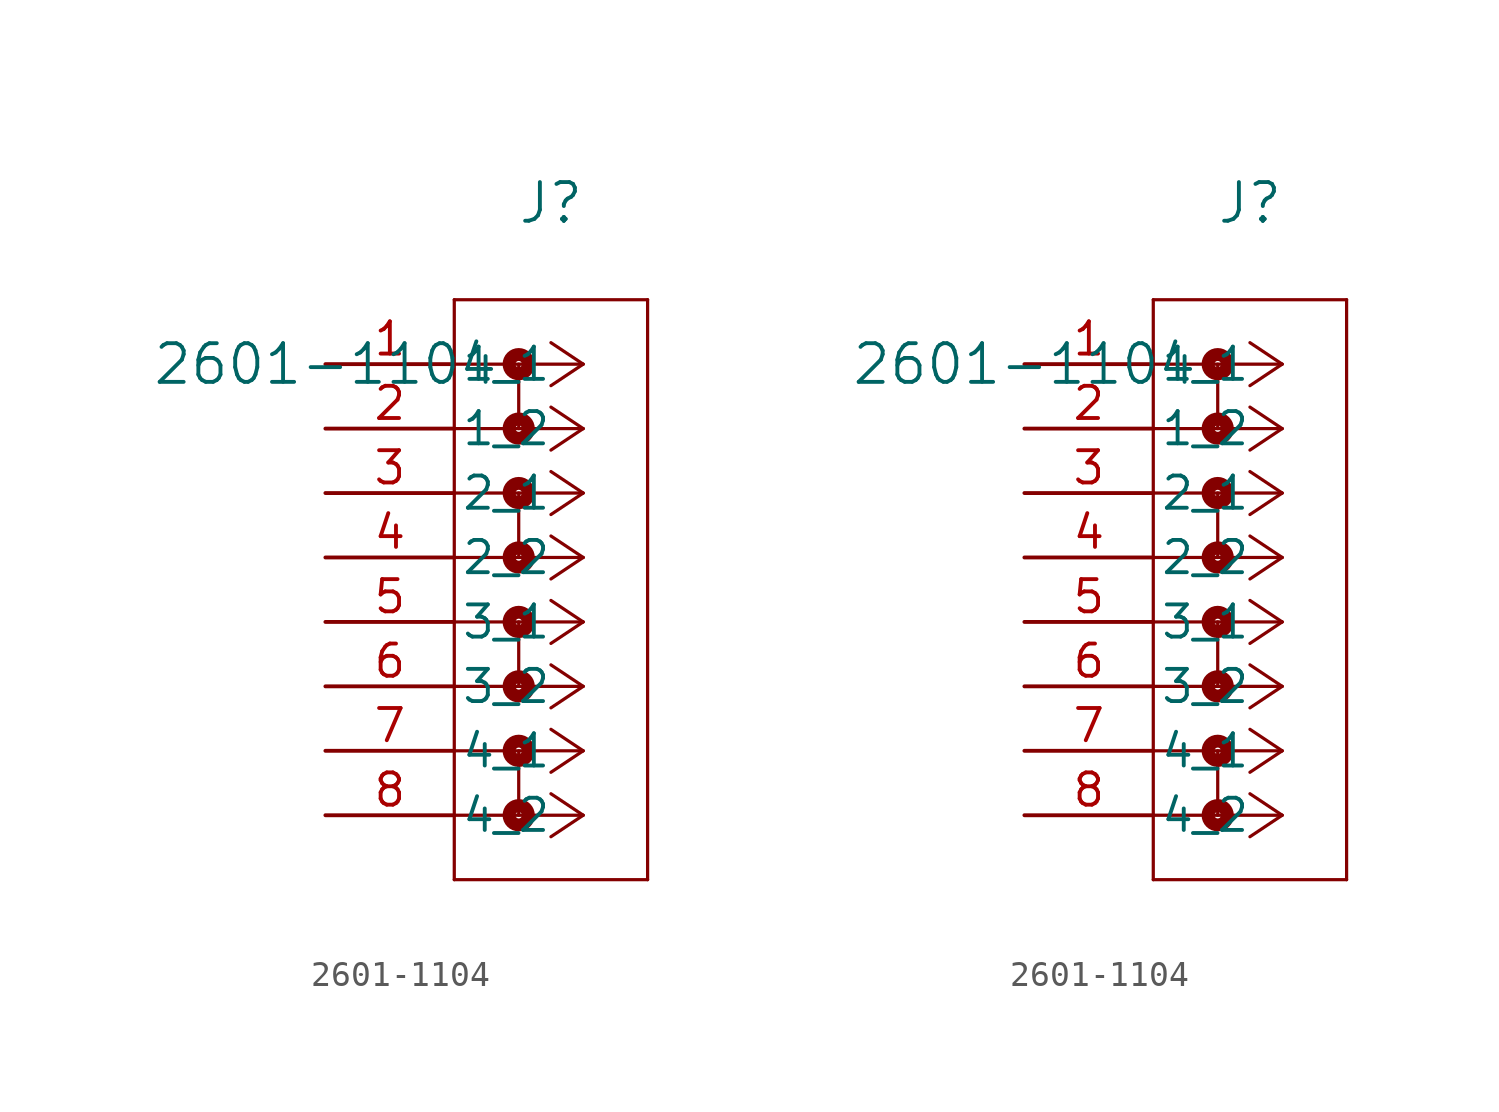
<source format=kicad_sym>
(kicad_symbol_lib
  (version 20211014)
  (generator kicad_symbol_editor)
  (symbol "2601-1104"
    (pin_names
      (offset 0.254))
    (property "Reference" "J"
      (at 8.89 6.35 0)
      (effects (font (size 1.524 1.524))))
    (property "Value" "2601-1104"
      (at 0 0 0)
      (effects (font (size 1.524 1.524))))
    (symbol "2601-1104_1_1"
      (polyline (pts (xy 10.16 0) (xy 5.08 0)) (stroke (width 0.127) (type default) (color 0 0 0 0)) (fill (type none)))
      (polyline (pts (xy 10.16 -2.54) (xy 5.08 -2.54)) (stroke (width 0.127) (type default) (color 0 0 0 0)) (fill (type none)))
      (polyline (pts (xy 10.16 -5.08) (xy 5.08 -5.08)) (stroke (width 0.127) (type default) (color 0 0 0 0)) (fill (type none)))
      (polyline (pts (xy 10.16 -7.62) (xy 5.08 -7.62)) (stroke (width 0.127) (type default) (color 0 0 0 0)) (fill (type none)))
      (polyline (pts (xy 10.16 -10.16) (xy 5.08 -10.16)) (stroke (width 0.127) (type default) (color 0 0 0 0)) (fill (type none)))
      (polyline (pts (xy 10.16 -12.7) (xy 5.08 -12.7)) (stroke (width 0.127) (type default) (color 0 0 0 0)) (fill (type none)))
      (polyline (pts (xy 10.16 -15.24) (xy 5.08 -15.24)) (stroke (width 0.127) (type default) (color 0 0 0 0)) (fill (type none)))
      (polyline (pts (xy 10.16 -17.78) (xy 5.08 -17.78)) (stroke (width 0.127) (type default) (color 0 0 0 0)) (fill (type none)))
      (polyline (pts (xy 10.16 0) (xy 8.89 0.847)) (stroke (width 0.127) (type default) (color 0 0 0 0)) (fill (type none)))
      (polyline (pts (xy 10.16 -2.54) (xy 8.89 -1.693)) (stroke (width 0.127) (type default) (color 0 0 0 0)) (fill (type none)))
      (polyline (pts (xy 10.16 -5.08) (xy 8.89 -4.233)) (stroke (width 0.127) (type default) (color 0 0 0 0)) (fill (type none)))
      (polyline (pts (xy 10.16 -7.62) (xy 8.89 -6.773)) (stroke (width 0.127) (type default) (color 0 0 0 0)) (fill (type none)))
      (polyline (pts (xy 10.16 -10.16) (xy 8.89 -9.313)) (stroke (width 0.127) (type default) (color 0 0 0 0)) (fill (type none)))
      (polyline (pts (xy 10.16 -12.7) (xy 8.89 -11.853)) (stroke (width 0.127) (type default) (color 0 0 0 0)) (fill (type none)))
      (polyline (pts (xy 10.16 -15.24) (xy 8.89 -14.393)) (stroke (width 0.127) (type default) (color 0 0 0 0)) (fill (type none)))
      (polyline (pts (xy 10.16 -17.78) (xy 8.89 -16.933)) (stroke (width 0.127) (type default) (color 0 0 0 0)) (fill (type none)))
      (polyline (pts (xy 10.16 0) (xy 8.89 -0.847)) (stroke (width 0.127) (type default) (color 0 0 0 0)) (fill (type none)))
      (polyline (pts (xy 10.16 -2.54) (xy 8.89 -3.387)) (stroke (width 0.127) (type default) (color 0 0 0 0)) (fill (type none)))
      (polyline (pts (xy 10.16 -5.08) (xy 8.89 -5.927)) (stroke (width 0.127) (type default) (color 0 0 0 0)) (fill (type none)))
      (polyline (pts (xy 10.16 -7.62) (xy 8.89 -8.467)) (stroke (width 0.127) (type default) (color 0 0 0 0)) (fill (type none)))
      (polyline (pts (xy 10.16 -10.16) (xy 8.89 -11.007)) (stroke (width 0.127) (type default) (color 0 0 0 0)) (fill (type none)))
      (polyline (pts (xy 10.16 -12.7) (xy 8.89 -13.547)) (stroke (width 0.127) (type default) (color 0 0 0 0)) (fill (type none)))
      (polyline (pts (xy 10.16 -15.24) (xy 8.89 -16.087)) (stroke (width 0.127) (type default) (color 0 0 0 0)) (fill (type none)))
      (polyline (pts (xy 10.16 -17.78) (xy 8.89 -18.627)) (stroke (width 0.127) (type default) (color 0 0 0 0)) (fill (type none)))
      (polyline (pts (xy 5.08 2.54) (xy 5.08 -20.32)) (stroke (width 0.127) (type default) (color 0 0 0 0)) (fill (type none)))
      (polyline (pts (xy 5.08 -20.32) (xy 12.7 -20.32)) (stroke (width 0.127) (type default) (color 0 0 0 0)) (fill (type none)))
      (polyline (pts (xy 12.7 -20.32) (xy 12.7 2.54)) (stroke (width 0.127) (type default) (color 0 0 0 0)) (fill (type none)))
      (polyline (pts (xy 12.7 2.54) (xy 5.08 2.54)) (stroke (width 0.127) (type default) (color 0 0 0 0)) (fill (type none)))
      (circle (center 7.62 0) (radius 0.127) (stroke (width 0.508) (type default) (color 0 0 0 0)) (fill (type none)))
      (polyline (pts (xy 7.62 0) (xy 7.62 -2.54)) (stroke (width 0.127) (type default) (color 0 0 0 0)) (fill (type none)))
      (circle (center 7.62 -2.54) (radius 0.127) (stroke (width 0.508) (type default) (color 0 0 0 0)) (fill (type none)))
      (circle (center 7.62 -5.08) (radius 0.127) (stroke (width 0.508) (type default) (color 0 0 0 0)) (fill (type none)))
      (polyline (pts (xy 7.62 -5.08) (xy 7.62 -7.62)) (stroke (width 0.127) (type default) (color 0 0 0 0)) (fill (type none)))
      (circle (center 7.62 -7.62) (radius 0.127) (stroke (width 0.508) (type default) (color 0 0 0 0)) (fill (type none)))
      (circle (center 7.62 -10.16) (radius 0.127) (stroke (width 0.508) (type default) (color 0 0 0 0)) (fill (type none)))
      (polyline (pts (xy 7.62 -10.16) (xy 7.62 -12.7)) (stroke (width 0.127) (type default) (color 0 0 0 0)) (fill (type none)))
      (circle (center 7.62 -12.7) (radius 0.127) (stroke (width 0.508) (type default) (color 0 0 0 0)) (fill (type none)))
      (circle (center 7.62 -15.24) (radius 0.127) (stroke (width 0.508) (type default) (color 0 0 0 0)) (fill (type none)))
      (polyline (pts (xy 7.62 -15.24) (xy 7.62 -17.78)) (stroke (width 0.127) (type default) (color 0 0 0 0)) (fill (type none)))
      (circle (center 7.62 -17.78) (radius 0.127) (stroke (width 0.508) (type default) (color 0 0 0 0)) (fill (type none)))
      (pin unspecified line (at 0 0 0) (length 5.08) (name "1_1" (effects (font (size 1.27 1.27)))) (number "1" (effects (font (size 1.27 1.27)))))
      (pin unspecified line (at 0 -2.54 0) (length 5.08) (name "1_2" (effects (font (size 1.27 1.27)))) (number "2" (effects (font (size 1.27 1.27)))))
      (pin unspecified line (at 0 -5.08 0) (length 5.08) (name "2_1" (effects (font (size 1.27 1.27)))) (number "3" (effects (font (size 1.27 1.27)))))
      (pin unspecified line (at 0 -7.62 0) (length 5.08) (name "2_2" (effects (font (size 1.27 1.27)))) (number "4" (effects (font (size 1.27 1.27)))))
      (pin unspecified line (at 0 -10.16 0) (length 5.08) (name "3_1" (effects (font (size 1.27 1.27)))) (number "5" (effects (font (size 1.27 1.27)))))
      (pin unspecified line (at 0 -12.7 0) (length 5.08) (name "3_2" (effects (font (size 1.27 1.27)))) (number "6" (effects (font (size 1.27 1.27)))))
      (pin unspecified line (at 0 -15.24 0) (length 5.08) (name "4_1" (effects (font (size 1.27 1.27)))) (number "7" (effects (font (size 1.27 1.27)))))
      (pin unspecified line (at 0 -17.78 0) (length 5.08) (name "4_2" (effects (font (size 1.27 1.27)))) (number "8" (effects (font (size 1.27 1.27))))))
    (symbol "2601-1104_1_2"
      (polyline (pts (xy 10.16 0) (xy 5.08 0)) (stroke (width 0.127) (type default) (color 0 0 0 0)) (fill (type none)))
      (polyline (pts (xy 10.16 -2.54) (xy 5.08 -2.54)) (stroke (width 0.127) (type default) (color 0 0 0 0)) (fill (type none)))
      (polyline (pts (xy 10.16 -5.08) (xy 5.08 -5.08)) (stroke (width 0.127) (type default) (color 0 0 0 0)) (fill (type none)))
      (polyline (pts (xy 10.16 -7.62) (xy 5.08 -7.62)) (stroke (width 0.127) (type default) (color 0 0 0 0)) (fill (type none)))
      (polyline (pts (xy 10.16 -10.16) (xy 5.08 -10.16)) (stroke (width 0.127) (type default) (color 0 0 0 0)) (fill (type none)))
      (polyline (pts (xy 10.16 -12.7) (xy 5.08 -12.7)) (stroke (width 0.127) (type default) (color 0 0 0 0)) (fill (type none)))
      (polyline (pts (xy 10.16 -15.24) (xy 5.08 -15.24)) (stroke (width 0.127) (type default) (color 0 0 0 0)) (fill (type none)))
      (polyline (pts (xy 10.16 -17.78) (xy 5.08 -17.78)) (stroke (width 0.127) (type default) (color 0 0 0 0)) (fill (type none)))
      (polyline (pts (xy 10.16 0) (xy 8.89 0.847)) (stroke (width 0.127) (type default) (color 0 0 0 0)) (fill (type none)))
      (polyline (pts (xy 10.16 -2.54) (xy 8.89 -1.693)) (stroke (width 0.127) (type default) (color 0 0 0 0)) (fill (type none)))
      (polyline (pts (xy 10.16 -5.08) (xy 8.89 -4.233)) (stroke (width 0.127) (type default) (color 0 0 0 0)) (fill (type none)))
      (polyline (pts (xy 10.16 -7.62) (xy 8.89 -6.773)) (stroke (width 0.127) (type default) (color 0 0 0 0)) (fill (type none)))
      (polyline (pts (xy 10.16 -10.16) (xy 8.89 -9.313)) (stroke (width 0.127) (type default) (color 0 0 0 0)) (fill (type none)))
      (polyline (pts (xy 10.16 -12.7) (xy 8.89 -11.853)) (stroke (width 0.127) (type default) (color 0 0 0 0)) (fill (type none)))
      (polyline (pts (xy 10.16 -15.24) (xy 8.89 -14.393)) (stroke (width 0.127) (type default) (color 0 0 0 0)) (fill (type none)))
      (polyline (pts (xy 10.16 -17.78) (xy 8.89 -16.933)) (stroke (width 0.127) (type default) (color 0 0 0 0)) (fill (type none)))
      (polyline (pts (xy 10.16 0) (xy 8.89 -0.847)) (stroke (width 0.127) (type default) (color 0 0 0 0)) (fill (type none)))
      (polyline (pts (xy 10.16 -2.54) (xy 8.89 -3.387)) (stroke (width 0.127) (type default) (color 0 0 0 0)) (fill (type none)))
      (polyline (pts (xy 10.16 -5.08) (xy 8.89 -5.927)) (stroke (width 0.127) (type default) (color 0 0 0 0)) (fill (type none)))
      (polyline (pts (xy 10.16 -7.62) (xy 8.89 -8.467)) (stroke (width 0.127) (type default) (color 0 0 0 0)) (fill (type none)))
      (polyline (pts (xy 10.16 -10.16) (xy 8.89 -11.007)) (stroke (width 0.127) (type default) (color 0 0 0 0)) (fill (type none)))
      (polyline (pts (xy 10.16 -12.7) (xy 8.89 -13.547)) (stroke (width 0.127) (type default) (color 0 0 0 0)) (fill (type none)))
      (polyline (pts (xy 10.16 -15.24) (xy 8.89 -16.087)) (stroke (width 0.127) (type default) (color 0 0 0 0)) (fill (type none)))
      (polyline (pts (xy 10.16 -17.78) (xy 8.89 -18.627)) (stroke (width 0.127) (type default) (color 0 0 0 0)) (fill (type none)))
      (polyline (pts (xy 5.08 2.54) (xy 5.08 -20.32)) (stroke (width 0.127) (type default) (color 0 0 0 0)) (fill (type none)))
      (polyline (pts (xy 5.08 -20.32) (xy 12.7 -20.32)) (stroke (width 0.127) (type default) (color 0 0 0 0)) (fill (type none)))
      (polyline (pts (xy 12.7 -20.32) (xy 12.7 2.54)) (stroke (width 0.127) (type default) (color 0 0 0 0)) (fill (type none)))
      (polyline (pts (xy 12.7 2.54) (xy 5.08 2.54)) (stroke (width 0.127) (type default) (color 0 0 0 0)) (fill (type none)))
      (circle (center 7.62 0) (radius 0.127) (stroke (width 0.508) (type default) (color 0 0 0 0)) (fill (type none)))
      (polyline (pts (xy 7.62 0) (xy 7.62 -2.54)) (stroke (width 0.127) (type default) (color 0 0 0 0)) (fill (type none)))
      (circle (center 7.62 -2.54) (radius 0.127) (stroke (width 0.508) (type default) (color 0 0 0 0)) (fill (type none)))
      (circle (center 7.62 -5.08) (radius 0.127) (stroke (width 0.508) (type default) (color 0 0 0 0)) (fill (type none)))
      (polyline (pts (xy 7.62 -5.08) (xy 7.62 -7.62)) (stroke (width 0.127) (type default) (color 0 0 0 0)) (fill (type none)))
      (circle (center 7.62 -7.62) (radius 0.127) (stroke (width 0.508) (type default) (color 0 0 0 0)) (fill (type none)))
      (circle (center 7.62 -10.16) (radius 0.127) (stroke (width 0.508) (type default) (color 0 0 0 0)) (fill (type none)))
      (polyline (pts (xy 7.62 -10.16) (xy 7.62 -12.7)) (stroke (width 0.127) (type default) (color 0 0 0 0)) (fill (type none)))
      (circle (center 7.62 -12.7) (radius 0.127) (stroke (width 0.508) (type default) (color 0 0 0 0)) (fill (type none)))
      (circle (center 7.62 -15.24) (radius 0.127) (stroke (width 0.508) (type default) (color 0 0 0 0)) (fill (type none)))
      (polyline (pts (xy 7.62 -15.24) (xy 7.62 -17.78)) (stroke (width 0.127) (type default) (color 0 0 0 0)) (fill (type none)))
      (circle (center 7.62 -17.78) (radius 0.127) (stroke (width 0.508) (type default) (color 0 0 0 0)) (fill (type none)))
      (pin unspecified line (at 0 0 0) (length 5.08) (name "1_1" (effects (font (size 1.27 1.27)))) (number "1" (effects (font (size 1.27 1.27)))))
      (pin unspecified line (at 0 -2.54 0) (length 5.08) (name "1_2" (effects (font (size 1.27 1.27)))) (number "2" (effects (font (size 1.27 1.27)))))
      (pin unspecified line (at 0 -5.08 0) (length 5.08) (name "2_1" (effects (font (size 1.27 1.27)))) (number "3" (effects (font (size 1.27 1.27)))))
      (pin unspecified line (at 0 -7.62 0) (length 5.08) (name "2_2" (effects (font (size 1.27 1.27)))) (number "4" (effects (font (size 1.27 1.27)))))
      (pin unspecified line (at 0 -10.16 0) (length 5.08) (name "3_1" (effects (font (size 1.27 1.27)))) (number "5" (effects (font (size 1.27 1.27)))))
      (pin unspecified line (at 0 -12.7 0) (length 5.08) (name "3_2" (effects (font (size 1.27 1.27)))) (number "6" (effects (font (size 1.27 1.27)))))
      (pin unspecified line (at 0 -15.24 0) (length 5.08) (name "4_1" (effects (font (size 1.27 1.27)))) (number "7" (effects (font (size 1.27 1.27)))))
      (pin unspecified line (at 0 -17.78 0) (length 5.08) (name "4_2" (effects (font (size 1.27 1.27)))) (number "8" (effects (font (size 1.27 1.27))))))))
</source>
